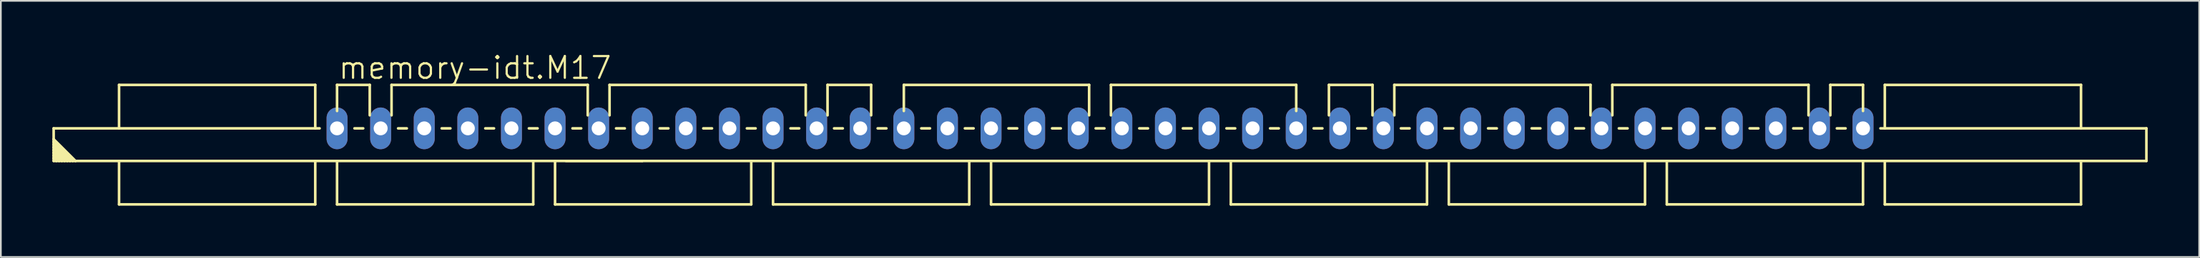
<source format=kicad_pcb>
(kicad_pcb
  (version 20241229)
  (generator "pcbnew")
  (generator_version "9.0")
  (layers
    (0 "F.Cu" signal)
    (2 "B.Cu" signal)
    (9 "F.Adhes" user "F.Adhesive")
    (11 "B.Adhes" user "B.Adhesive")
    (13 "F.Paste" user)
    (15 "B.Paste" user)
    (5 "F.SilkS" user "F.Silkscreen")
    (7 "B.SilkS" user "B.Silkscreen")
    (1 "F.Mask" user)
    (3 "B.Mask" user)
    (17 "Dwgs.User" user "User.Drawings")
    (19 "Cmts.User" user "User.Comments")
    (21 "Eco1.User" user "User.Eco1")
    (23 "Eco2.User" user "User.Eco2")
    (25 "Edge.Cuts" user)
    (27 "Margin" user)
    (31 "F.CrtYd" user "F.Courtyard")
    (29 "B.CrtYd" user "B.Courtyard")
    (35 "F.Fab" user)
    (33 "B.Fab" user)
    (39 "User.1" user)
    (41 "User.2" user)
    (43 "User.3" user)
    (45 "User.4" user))
  (footprint "memory-idt.M17"
    (layer "F.Cu")
    (at 61.036 5.724)
    (property "Reference" "memory-idt.M17" (at -44.45 -4.064 0) (layer "F.SilkS") (effects (font (size 1.27 1.27) (thickness 0.13)) (justify left bottom)))
    (attr through_hole)
    (fp_line (start -60.96 -1.27) (end -60.96 -0.635) (stroke (width 0.152) (type default)) (layer "F.SilkS"))
    (fp_line (start -60.96 -0.635) (end -60.96 -0.476) (stroke (width 0.152) (type default)) (layer "F.SilkS"))
    (fp_line (start -60.96 -0.635) (end -59.69 0.635) (stroke (width 0.152) (type default)) (layer "F.SilkS"))
    (fp_line (start -60.96 -0.476) (end -60.96 -0.318) (stroke (width 0.152) (type default)) (layer "F.SilkS"))
    (fp_line (start -60.96 -0.476) (end -59.849 0.635) (stroke (width 0.152) (type default)) (layer "F.SilkS"))
    (fp_line (start -60.96 -0.318) (end -60.96 -0.159) (stroke (width 0.152) (type default)) (layer "F.SilkS"))
    (fp_line (start -60.96 -0.318) (end -60.008 0.635) (stroke (width 0.152) (type default)) (layer "F.SilkS"))
    (fp_line (start -60.96 -0.159) (end -60.96 0) (stroke (width 0.152) (type default)) (layer "F.SilkS"))
    (fp_line (start -60.96 -0.159) (end -60.166 0.635) (stroke (width 0.152) (type default)) (layer "F.SilkS"))
    (fp_line (start -60.96 0) (end -60.96 0.159) (stroke (width 0.152) (type default)) (layer "F.SilkS"))
    (fp_line (start -60.96 0) (end -60.325 0.635) (stroke (width 0.152) (type default)) (layer "F.SilkS"))
    (fp_line (start -60.96 0.159) (end -60.96 0.318) (stroke (width 0.152) (type default)) (layer "F.SilkS"))
    (fp_line (start -60.96 0.159) (end -60.484 0.635) (stroke (width 0.152) (type default)) (layer "F.SilkS"))
    (fp_line (start -60.96 0.318) (end -60.96 0.476) (stroke (width 0.152) (type default)) (layer "F.SilkS"))
    (fp_line (start -60.96 0.318) (end -60.643 0.635) (stroke (width 0.152) (type default)) (layer "F.SilkS"))
    (fp_line (start -60.96 0.476) (end -60.96 0.635) (stroke (width 0.152) (type default)) (layer "F.SilkS"))
    (fp_line (start -60.96 0.476) (end -60.801 0.635) (stroke (width 0.152) (type default)) (layer "F.SilkS"))
    (fp_line (start -60.96 0.635) (end -60.801 0.635) (stroke (width 0.152) (type default)) (layer "F.SilkS"))
    (fp_line (start -60.801 0.635) (end -60.643 0.635) (stroke (width 0.152) (type default)) (layer "F.SilkS"))
    (fp_line (start -60.643 0.635) (end -60.484 0.635) (stroke (width 0.152) (type default)) (layer "F.SilkS"))
    (fp_line (start -60.484 0.635) (end -60.325 0.635) (stroke (width 0.152) (type default)) (layer "F.SilkS"))
    (fp_line (start -60.325 0.635) (end -60.166 0.635) (stroke (width 0.152) (type default)) (layer "F.SilkS"))
    (fp_line (start -60.166 0.635) (end -60.008 0.635) (stroke (width 0.152) (type default)) (layer "F.SilkS"))
    (fp_line (start -60.008 0.635) (end -59.849 0.635) (stroke (width 0.152) (type default)) (layer "F.SilkS"))
    (fp_line (start -59.849 0.635) (end -59.69 0.635) (stroke (width 0.152) (type default)) (layer "F.SilkS"))
    (fp_line (start -59.69 0.635) (end -57.15 0.635) (stroke (width 0.152) (type default)) (layer "F.SilkS"))
    (fp_line (start -57.15 -3.81) (end -45.72 -3.81) (stroke (width 0.152) (type default)) (layer "F.SilkS"))
    (fp_line (start -57.15 -1.27) (end -60.96 -1.27) (stroke (width 0.152) (type default)) (layer "F.SilkS"))
    (fp_line (start -57.15 -1.27) (end -57.15 -3.81) (stroke (width 0.152) (type default)) (layer "F.SilkS"))
    (fp_line (start -57.15 0.635) (end -45.72 0.635) (stroke (width 0.152) (type default)) (layer "F.SilkS"))
    (fp_line (start -57.15 3.175) (end -57.15 0.635) (stroke (width 0.152) (type default)) (layer "F.SilkS"))
    (fp_line (start -45.72 -3.81) (end -45.72 -1.27) (stroke (width 0.152) (type default)) (layer "F.SilkS"))
    (fp_line (start -45.72 -1.27) (end -57.15 -1.27) (stroke (width 0.152) (type default)) (layer "F.SilkS"))
    (fp_line (start -45.72 0.635) (end -45.72 3.175) (stroke (width 0.152) (type default)) (layer "F.SilkS"))
    (fp_line (start -45.72 0.635) (end -44.45 0.635) (stroke (width 0.152) (type default)) (layer "F.SilkS"))
    (fp_line (start -45.72 3.175) (end -57.15 3.175) (stroke (width 0.152) (type default)) (layer "F.SilkS"))
    (fp_line (start -45.466 -1.27) (end -45.72 -1.27) (stroke (width 0.152) (type default)) (layer "F.SilkS"))
    (fp_line (start -44.45 -3.81) (end -42.545 -3.81) (stroke (width 0.152) (type default)) (layer "F.SilkS"))
    (fp_line (start -44.45 -2.286) (end -44.45 -3.81) (stroke (width 0.152) (type default)) (layer "F.SilkS"))
    (fp_line (start -44.45 0.635) (end -44.45 3.175) (stroke (width 0.152) (type default)) (layer "F.SilkS"))
    (fp_line (start -44.45 0.635) (end -33.02 0.635) (stroke (width 0.152) (type default)) (layer "F.SilkS"))
    (fp_line (start -44.45 3.175) (end -33.02 3.175) (stroke (width 0.152) (type default)) (layer "F.SilkS"))
    (fp_line (start -43.434 -1.27) (end -42.926 -1.27) (stroke (width 0.152) (type default)) (layer "F.SilkS"))
    (fp_line (start -42.545 -3.81) (end -42.545 -2.032) (stroke (width 0.152) (type default)) (layer "F.SilkS"))
    (fp_line (start -41.275 -3.81) (end -29.845 -3.81) (stroke (width 0.152) (type default)) (layer "F.SilkS"))
    (fp_line (start -41.275 -2.032) (end -41.275 -3.81) (stroke (width 0.152) (type default)) (layer "F.SilkS"))
    (fp_line (start -40.894 -1.27) (end -40.386 -1.27) (stroke (width 0.152) (type default)) (layer "F.SilkS"))
    (fp_line (start -38.354 -1.27) (end -37.846 -1.27) (stroke (width 0.152) (type default)) (layer "F.SilkS"))
    (fp_line (start -35.814 -1.27) (end -35.306 -1.27) (stroke (width 0.152) (type default)) (layer "F.SilkS"))
    (fp_line (start -33.274 -1.27) (end -32.766 -1.27) (stroke (width 0.152) (type default)) (layer "F.SilkS"))
    (fp_line (start -33.02 0.635) (end -31.75 0.635) (stroke (width 0.152) (type default)) (layer "F.SilkS"))
    (fp_line (start -33.02 3.175) (end -33.02 0.635) (stroke (width 0.152) (type default)) (layer "F.SilkS"))
    (fp_line (start -31.75 0.635) (end -31.75 3.175) (stroke (width 0.152) (type default)) (layer "F.SilkS"))
    (fp_line (start -31.75 0.635) (end -26.67 0.635) (stroke (width 0.152) (type default)) (layer "F.SilkS"))
    (fp_line (start -31.75 3.175) (end -20.32 3.175) (stroke (width 0.152) (type default)) (layer "F.SilkS"))
    (fp_line (start -31.115 0.635) (end -26.67 0.635) (stroke (width 0.152) (type default)) (layer "F.SilkS"))
    (fp_line (start -30.734 -1.27) (end -30.226 -1.27) (stroke (width 0.152) (type default)) (layer "F.SilkS"))
    (fp_line (start -29.845 -3.81) (end -29.845 -2.032) (stroke (width 0.152) (type default)) (layer "F.SilkS"))
    (fp_line (start -28.575 -3.81) (end -17.145 -3.81) (stroke (width 0.152) (type default)) (layer "F.SilkS"))
    (fp_line (start -28.575 -2.032) (end -28.575 -3.81) (stroke (width 0.152) (type default)) (layer "F.SilkS"))
    (fp_line (start -28.194 -1.27) (end -27.686 -1.27) (stroke (width 0.152) (type default)) (layer "F.SilkS"))
    (fp_line (start -26.67 0.635) (end -20.32 0.635) (stroke (width 0.152) (type default)) (layer "F.SilkS"))
    (fp_line (start -25.654 -1.27) (end -25.146 -1.27) (stroke (width 0.152) (type default)) (layer "F.SilkS"))
    (fp_line (start -23.114 -1.27) (end -22.606 -1.27) (stroke (width 0.152) (type default)) (layer "F.SilkS"))
    (fp_line (start -20.574 -1.27) (end -20.066 -1.27) (stroke (width 0.152) (type default)) (layer "F.SilkS"))
    (fp_line (start -20.32 0.635) (end -19.05 0.635) (stroke (width 0.152) (type default)) (layer "F.SilkS"))
    (fp_line (start -20.32 3.175) (end -20.32 0.635) (stroke (width 0.152) (type default)) (layer "F.SilkS"))
    (fp_line (start -19.05 0.635) (end -19.05 3.175) (stroke (width 0.152) (type default)) (layer "F.SilkS"))
    (fp_line (start -19.05 0.635) (end -7.62 0.635) (stroke (width 0.152) (type default)) (layer "F.SilkS"))
    (fp_line (start -19.05 3.175) (end -7.62 3.175) (stroke (width 0.152) (type default)) (layer "F.SilkS"))
    (fp_line (start -18.034 -1.27) (end -17.526 -1.27) (stroke (width 0.152) (type default)) (layer "F.SilkS"))
    (fp_line (start -17.145 -3.81) (end -17.145 -2.032) (stroke (width 0.152) (type default)) (layer "F.SilkS"))
    (fp_line (start -15.875 -3.81) (end -13.335 -3.81) (stroke (width 0.152) (type default)) (layer "F.SilkS"))
    (fp_line (start -15.875 -2.032) (end -15.875 -3.81) (stroke (width 0.152) (type default)) (layer "F.SilkS"))
    (fp_line (start -15.494 -1.27) (end -14.986 -1.27) (stroke (width 0.152) (type default)) (layer "F.SilkS"))
    (fp_line (start -13.335 -3.81) (end -13.335 -2.032) (stroke (width 0.152) (type default)) (layer "F.SilkS"))
    (fp_line (start -12.954 -1.27) (end -12.446 -1.27) (stroke (width 0.152) (type default)) (layer "F.SilkS"))
    (fp_line (start -11.43 -3.81) (end -11.43 -2.286) (stroke (width 0.152) (type default)) (layer "F.SilkS"))
    (fp_line (start -10.414 -1.27) (end -9.906 -1.27) (stroke (width 0.152) (type default)) (layer "F.SilkS"))
    (fp_line (start -7.874 -1.27) (end -7.366 -1.27) (stroke (width 0.152) (type default)) (layer "F.SilkS"))
    (fp_line (start -7.62 0.635) (end -6.35 0.635) (stroke (width 0.152) (type default)) (layer "F.SilkS"))
    (fp_line (start -7.62 3.175) (end -7.62 0.635) (stroke (width 0.152) (type default)) (layer "F.SilkS"))
    (fp_line (start -6.35 0.635) (end -6.35 3.175) (stroke (width 0.152) (type default)) (layer "F.SilkS"))
    (fp_line (start -6.35 0.635) (end 6.35 0.635) (stroke (width 0.152) (type default)) (layer "F.SilkS"))
    (fp_line (start -6.35 3.175) (end 6.35 3.175) (stroke (width 0.152) (type default)) (layer "F.SilkS"))
    (fp_line (start -5.334 -1.27) (end -4.826 -1.27) (stroke (width 0.152) (type default)) (layer "F.SilkS"))
    (fp_line (start -2.794 -1.27) (end -2.286 -1.27) (stroke (width 0.152) (type default)) (layer "F.SilkS"))
    (fp_line (start -0.635 -3.81) (end -11.43 -3.81) (stroke (width 0.152) (type default)) (layer "F.SilkS"))
    (fp_line (start -0.635 -2.032) (end -0.635 -3.81) (stroke (width 0.152) (type default)) (layer "F.SilkS"))
    (fp_line (start -0.254 -1.27) (end 0.254 -1.27) (stroke (width 0.152) (type default)) (layer "F.SilkS"))
    (fp_line (start 0.635 -3.81) (end 11.43 -3.81) (stroke (width 0.152) (type default)) (layer "F.SilkS"))
    (fp_line (start 0.635 -2.032) (end 0.635 -3.81) (stroke (width 0.152) (type default)) (layer "F.SilkS"))
    (fp_line (start 2.286 -1.27) (end 2.794 -1.27) (stroke (width 0.152) (type default)) (layer "F.SilkS"))
    (fp_line (start 4.826 -1.27) (end 5.334 -1.27) (stroke (width 0.152) (type default)) (layer "F.SilkS"))
    (fp_line (start 6.35 0.635) (end 7.62 0.635) (stroke (width 0.152) (type default)) (layer "F.SilkS"))
    (fp_line (start 6.35 3.175) (end 6.35 0.635) (stroke (width 0.152) (type default)) (layer "F.SilkS"))
    (fp_line (start 7.366 -1.27) (end 7.874 -1.27) (stroke (width 0.152) (type default)) (layer "F.SilkS"))
    (fp_line (start 7.62 0.635) (end 7.62 3.175) (stroke (width 0.152) (type default)) (layer "F.SilkS"))
    (fp_line (start 7.62 0.635) (end 19.05 0.635) (stroke (width 0.152) (type default)) (layer "F.SilkS"))
    (fp_line (start 7.62 3.175) (end 19.05 3.175) (stroke (width 0.152) (type default)) (layer "F.SilkS"))
    (fp_line (start 9.906 -1.27) (end 10.414 -1.27) (stroke (width 0.152) (type default)) (layer "F.SilkS"))
    (fp_line (start 11.43 -3.81) (end 11.43 -2.286) (stroke (width 0.152) (type default)) (layer "F.SilkS"))
    (fp_line (start 12.446 -1.27) (end 12.954 -1.27) (stroke (width 0.152) (type default)) (layer "F.SilkS"))
    (fp_line (start 13.335 -3.81) (end 15.875 -3.81) (stroke (width 0.152) (type default)) (layer "F.SilkS"))
    (fp_line (start 13.335 -2.032) (end 13.335 -3.81) (stroke (width 0.152) (type default)) (layer "F.SilkS"))
    (fp_line (start 14.986 -1.27) (end 15.494 -1.27) (stroke (width 0.152) (type default)) (layer "F.SilkS"))
    (fp_line (start 15.875 -3.81) (end 15.875 -2.032) (stroke (width 0.152) (type default)) (layer "F.SilkS"))
    (fp_line (start 17.145 -3.81) (end 17.145 -2.032) (stroke (width 0.152) (type default)) (layer "F.SilkS"))
    (fp_line (start 17.526 -1.27) (end 18.034 -1.27) (stroke (width 0.152) (type default)) (layer "F.SilkS"))
    (fp_line (start 19.05 0.635) (end 20.32 0.635) (stroke (width 0.152) (type default)) (layer "F.SilkS"))
    (fp_line (start 19.05 3.175) (end 19.05 0.635) (stroke (width 0.152) (type default)) (layer "F.SilkS"))
    (fp_line (start 20.066 -1.27) (end 20.574 -1.27) (stroke (width 0.152) (type default)) (layer "F.SilkS"))
    (fp_line (start 20.32 0.635) (end 20.32 3.175) (stroke (width 0.152) (type default)) (layer "F.SilkS"))
    (fp_line (start 20.32 0.635) (end 31.75 0.635) (stroke (width 0.152) (type default)) (layer "F.SilkS"))
    (fp_line (start 20.32 3.175) (end 31.75 3.175) (stroke (width 0.152) (type default)) (layer "F.SilkS"))
    (fp_line (start 22.606 -1.27) (end 23.114 -1.27) (stroke (width 0.152) (type default)) (layer "F.SilkS"))
    (fp_line (start 25.146 -1.27) (end 25.654 -1.27) (stroke (width 0.152) (type default)) (layer "F.SilkS"))
    (fp_line (start 27.686 -1.27) (end 28.194 -1.27) (stroke (width 0.152) (type default)) (layer "F.SilkS"))
    (fp_line (start 28.575 -3.81) (end 17.145 -3.81) (stroke (width 0.152) (type default)) (layer "F.SilkS"))
    (fp_line (start 28.575 -2.032) (end 28.575 -3.81) (stroke (width 0.152) (type default)) (layer "F.SilkS"))
    (fp_line (start 29.845 -3.81) (end 29.845 -2.032) (stroke (width 0.152) (type default)) (layer "F.SilkS"))
    (fp_line (start 30.226 -1.27) (end 30.734 -1.27) (stroke (width 0.152) (type default)) (layer "F.SilkS"))
    (fp_line (start 31.75 0.635) (end 33.02 0.635) (stroke (width 0.152) (type default)) (layer "F.SilkS"))
    (fp_line (start 31.75 3.175) (end 31.75 0.635) (stroke (width 0.152) (type default)) (layer "F.SilkS"))
    (fp_line (start 32.766 -1.27) (end 33.274 -1.27) (stroke (width 0.152) (type default)) (layer "F.SilkS"))
    (fp_line (start 33.02 0.635) (end 33.02 3.175) (stroke (width 0.152) (type default)) (layer "F.SilkS"))
    (fp_line (start 33.02 0.635) (end 44.45 0.635) (stroke (width 0.152) (type default)) (layer "F.SilkS"))
    (fp_line (start 33.02 3.175) (end 44.45 3.175) (stroke (width 0.152) (type default)) (layer "F.SilkS"))
    (fp_line (start 35.306 -1.27) (end 35.814 -1.27) (stroke (width 0.152) (type default)) (layer "F.SilkS"))
    (fp_line (start 37.846 -1.27) (end 38.354 -1.27) (stroke (width 0.152) (type default)) (layer "F.SilkS"))
    (fp_line (start 40.386 -1.27) (end 40.894 -1.27) (stroke (width 0.152) (type default)) (layer "F.SilkS"))
    (fp_line (start 41.275 -3.81) (end 29.845 -3.81) (stroke (width 0.152) (type default)) (layer "F.SilkS"))
    (fp_line (start 41.275 -2.032) (end 41.275 -3.81) (stroke (width 0.152) (type default)) (layer "F.SilkS"))
    (fp_line (start 42.545 -3.81) (end 44.45 -3.81) (stroke (width 0.152) (type default)) (layer "F.SilkS"))
    (fp_line (start 42.545 -2.032) (end 42.545 -3.81) (stroke (width 0.152) (type default)) (layer "F.SilkS"))
    (fp_line (start 42.926 -1.27) (end 43.434 -1.27) (stroke (width 0.152) (type default)) (layer "F.SilkS"))
    (fp_line (start 44.45 -3.81) (end 44.45 -2.286) (stroke (width 0.152) (type default)) (layer "F.SilkS"))
    (fp_line (start 44.45 0.635) (end 45.72 0.635) (stroke (width 0.152) (type default)) (layer "F.SilkS"))
    (fp_line (start 44.45 3.175) (end 44.45 0.635) (stroke (width 0.152) (type default)) (layer "F.SilkS"))
    (fp_line (start 45.466 -1.27) (end 45.72 -1.27) (stroke (width 0.152) (type default)) (layer "F.SilkS"))
    (fp_line (start 45.72 -3.81) (end 57.15 -3.81) (stroke (width 0.152) (type default)) (layer "F.SilkS"))
    (fp_line (start 45.72 -1.27) (end 45.72 -3.81) (stroke (width 0.152) (type default)) (layer "F.SilkS"))
    (fp_line (start 45.72 -1.27) (end 57.15 -1.27) (stroke (width 0.152) (type default)) (layer "F.SilkS"))
    (fp_line (start 45.72 0.635) (end 45.72 3.175) (stroke (width 0.152) (type default)) (layer "F.SilkS"))
    (fp_line (start 45.72 0.635) (end 57.15 0.635) (stroke (width 0.152) (type default)) (layer "F.SilkS"))
    (fp_line (start 45.72 3.175) (end 57.15 3.175) (stroke (width 0.152) (type default)) (layer "F.SilkS"))
    (fp_line (start 57.15 -3.81) (end 57.15 -1.27) (stroke (width 0.152) (type default)) (layer "F.SilkS"))
    (fp_line (start 57.15 -1.27) (end 60.96 -1.27) (stroke (width 0.152) (type default)) (layer "F.SilkS"))
    (fp_line (start 57.15 0.635) (end 60.96 0.635) (stroke (width 0.152) (type default)) (layer "F.SilkS"))
    (fp_line (start 57.15 3.175) (end 57.15 0.635) (stroke (width 0.152) (type default)) (layer "F.SilkS"))
    (fp_line (start 60.96 0.635) (end 60.96 -1.27) (stroke (width 0.152) (type default)) (layer "F.SilkS"))
    (pad "1" thru_hole oval (at -44.45 -1.27 90) (size 2.438 1.219) (drill 0.813) (layers "*.Cu" "*.Mask"))
    (pad "2" thru_hole oval (at -41.91 -1.27 90) (size 2.438 1.219) (drill 0.813) (layers "*.Cu" "*.Mask"))
    (pad "3" thru_hole oval (at -39.37 -1.27 90) (size 2.438 1.219) (drill 0.813) (layers "*.Cu" "*.Mask"))
    (pad "4" thru_hole oval (at -36.83 -1.27 90) (size 2.438 1.219) (drill 0.813) (layers "*.Cu" "*.Mask"))
    (pad "5" thru_hole oval (at -34.29 -1.27 90) (size 2.438 1.219) (drill 0.813) (layers "*.Cu" "*.Mask"))
    (pad "6" thru_hole oval (at -31.75 -1.27 90) (size 2.438 1.219) (drill 0.813) (layers "*.Cu" "*.Mask"))
    (pad "7" thru_hole oval (at -29.21 -1.27 90) (size 2.438 1.219) (drill 0.813) (layers "*.Cu" "*.Mask"))
    (pad "8" thru_hole oval (at -26.67 -1.27 90) (size 2.438 1.219) (drill 0.813) (layers "*.Cu" "*.Mask"))
    (pad "9" thru_hole oval (at -24.13 -1.27 90) (size 2.438 1.219) (drill 0.813) (layers "*.Cu" "*.Mask"))
    (pad "10" thru_hole oval (at -21.59 -1.27 90) (size 2.438 1.219) (drill 0.813) (layers "*.Cu" "*.Mask"))
    (pad "11" thru_hole oval (at -19.05 -1.27 90) (size 2.438 1.219) (drill 0.813) (layers "*.Cu" "*.Mask"))
    (pad "12" thru_hole oval (at -16.51 -1.27 90) (size 2.438 1.219) (drill 0.813) (layers "*.Cu" "*.Mask"))
    (pad "13" thru_hole oval (at -13.97 -1.27 90) (size 2.438 1.219) (drill 0.813) (layers "*.Cu" "*.Mask"))
    (pad "14" thru_hole oval (at -11.43 -1.27 90) (size 2.438 1.219) (drill 0.813) (layers "*.Cu" "*.Mask"))
    (pad "15" thru_hole oval (at -8.89 -1.27 90) (size 2.438 1.219) (drill 0.813) (layers "*.Cu" "*.Mask"))
    (pad "16" thru_hole oval (at -6.35 -1.27 90) (size 2.438 1.219) (drill 0.813) (layers "*.Cu" "*.Mask"))
    (pad "17" thru_hole oval (at -3.81 -1.27 90) (size 2.438 1.219) (drill 0.813) (layers "*.Cu" "*.Mask"))
    (pad "18" thru_hole oval (at -1.27 -1.27 90) (size 2.438 1.219) (drill 0.813) (layers "*.Cu" "*.Mask"))
    (pad "19" thru_hole oval (at 1.27 -1.27 90) (size 2.438 1.219) (drill 0.813) (layers "*.Cu" "*.Mask"))
    (pad "20" thru_hole oval (at 3.81 -1.27 90) (size 2.438 1.219) (drill 0.813) (layers "*.Cu" "*.Mask"))
    (pad "21" thru_hole oval (at 6.35 -1.27 90) (size 2.438 1.219) (drill 0.813) (layers "*.Cu" "*.Mask"))
    (pad "22" thru_hole oval (at 8.89 -1.27 90) (size 2.438 1.219) (drill 0.813) (layers "*.Cu" "*.Mask"))
    (pad "23" thru_hole oval (at 11.43 -1.27 90) (size 2.438 1.219) (drill 0.813) (layers "*.Cu" "*.Mask"))
    (pad "24" thru_hole oval (at 13.97 -1.27 90) (size 2.438 1.219) (drill 0.813) (layers "*.Cu" "*.Mask"))
    (pad "25" thru_hole oval (at 16.51 -1.27 90) (size 2.438 1.219) (drill 0.813) (layers "*.Cu" "*.Mask"))
    (pad "26" thru_hole oval (at 19.05 -1.27 90) (size 2.438 1.219) (drill 0.813) (layers "*.Cu" "*.Mask"))
    (pad "27" thru_hole oval (at 21.59 -1.27 90) (size 2.438 1.219) (drill 0.813) (layers "*.Cu" "*.Mask"))
    (pad "28" thru_hole oval (at 24.13 -1.27 90) (size 2.438 1.219) (drill 0.813) (layers "*.Cu" "*.Mask"))
    (pad "29" thru_hole oval (at 26.67 -1.27 90) (size 2.438 1.219) (drill 0.813) (layers "*.Cu" "*.Mask"))
    (pad "30" thru_hole oval (at 29.21 -1.27 90) (size 2.438 1.219) (drill 0.813) (layers "*.Cu" "*.Mask"))
    (pad "31" thru_hole oval (at 31.75 -1.27 90) (size 2.438 1.219) (drill 0.813) (layers "*.Cu" "*.Mask"))
    (pad "32" thru_hole oval (at 34.29 -1.27 90) (size 2.438 1.219) (drill 0.813) (layers "*.Cu" "*.Mask"))
    (pad "33" thru_hole oval (at 36.83 -1.27 90) (size 2.438 1.219) (drill 0.813) (layers "*.Cu" "*.Mask"))
    (pad "34" thru_hole oval (at 39.37 -1.27 90) (size 2.438 1.219) (drill 0.813) (layers "*.Cu" "*.Mask"))
    (pad "35" thru_hole oval (at 41.91 -1.27 90) (size 2.438 1.219) (drill 0.813) (layers "*.Cu" "*.Mask"))
    (pad "36" thru_hole oval (at 44.45 -1.27 90) (size 2.438 1.219) (drill 0.813) (layers "*.Cu" "*.Mask")))
  (gr_rect
    (start -3 -3)
    (end 125.072 11.975)
    (stroke (width 0.1) (type default))
    (fill no)
    (layer "Edge.Cuts")))
</source>
